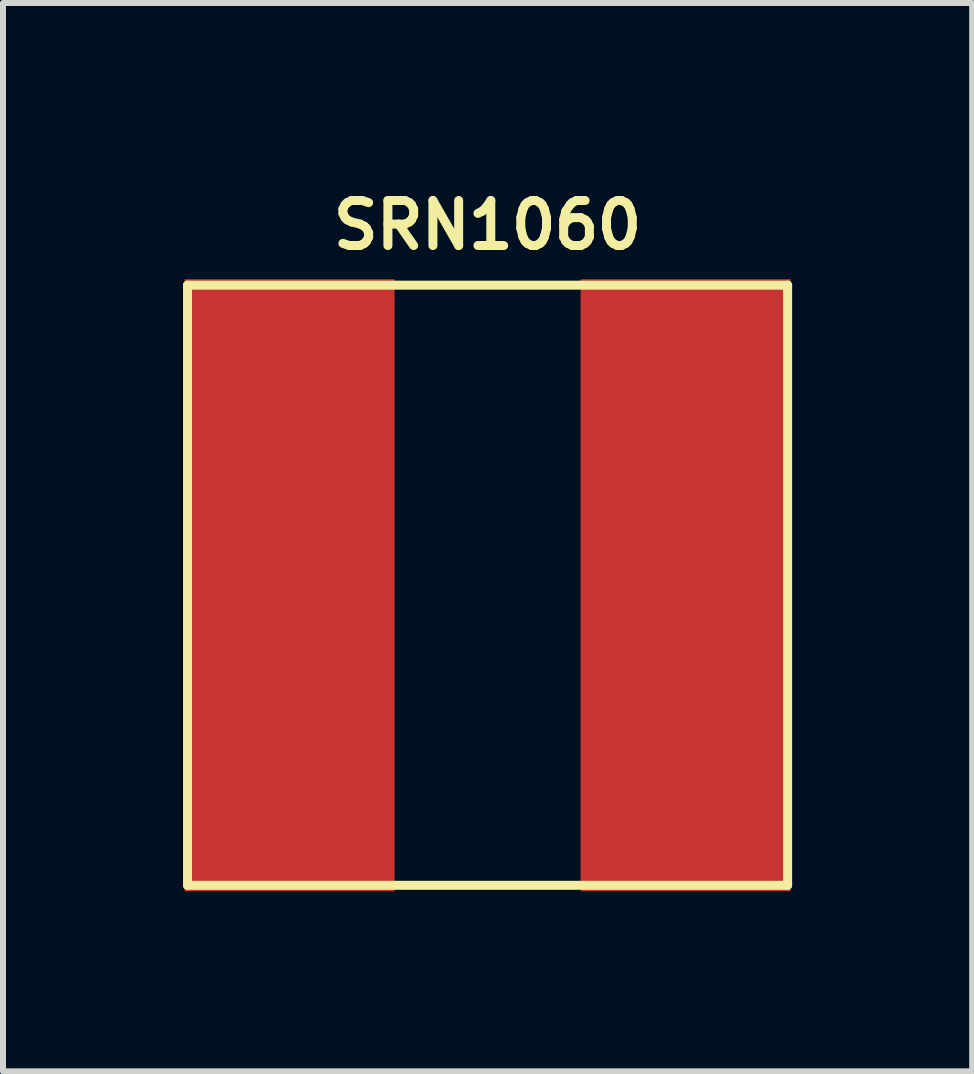
<source format=kicad_pcb>
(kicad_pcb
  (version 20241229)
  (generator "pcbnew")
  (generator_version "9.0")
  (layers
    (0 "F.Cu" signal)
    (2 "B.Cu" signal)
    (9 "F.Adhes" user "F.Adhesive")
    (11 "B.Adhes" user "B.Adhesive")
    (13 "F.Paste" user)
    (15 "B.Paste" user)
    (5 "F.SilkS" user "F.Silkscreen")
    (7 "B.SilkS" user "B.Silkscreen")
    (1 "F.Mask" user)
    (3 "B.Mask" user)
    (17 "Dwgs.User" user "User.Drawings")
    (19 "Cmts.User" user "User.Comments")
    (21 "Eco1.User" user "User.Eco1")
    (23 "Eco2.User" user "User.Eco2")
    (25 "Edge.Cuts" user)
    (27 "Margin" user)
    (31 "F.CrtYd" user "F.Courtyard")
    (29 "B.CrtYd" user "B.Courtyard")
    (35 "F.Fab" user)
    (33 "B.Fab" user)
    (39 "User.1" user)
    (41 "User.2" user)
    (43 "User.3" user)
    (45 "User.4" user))
  (footprint "SRN1060"
    (layer "F.Cu")
    (at 5.075 6.702)
    (property "Reference" "SRN1060" (at 0 -6 0) (layer "F.SilkS") (effects (font (size 0.75 0.75) (thickness 0.15))))
    (attr through_hole)
    (fp_line (start -5 -5) (end 5 -5) (stroke (width 0.15) (type solid)) (layer "F.SilkS"))
    (fp_line (start -5 5) (end -5 -5) (stroke (width 0.15) (type solid)) (layer "F.SilkS"))
    (fp_line (start 5 -5) (end 5 5) (stroke (width 0.15) (type solid)) (layer "F.SilkS"))
    (fp_line (start 5 5) (end -5 5) (stroke (width 0.15) (type solid)) (layer "F.SilkS"))
    (pad "1" smd rect (at -3.3 0) (size 3.5 10.2) (layers "F.Cu" "F.Mask" "F.Paste"))
    (pad "2" smd rect (at 3.3 0) (size 3.5 10.2) (layers "F.Cu" "F.Mask" "F.Paste")))
  (gr_rect
    (start -3 -3)
    (end 13.15 14.802)
    (stroke (width 0.1) (type default))
    (fill no)
    (layer "Edge.Cuts")))
</source>
